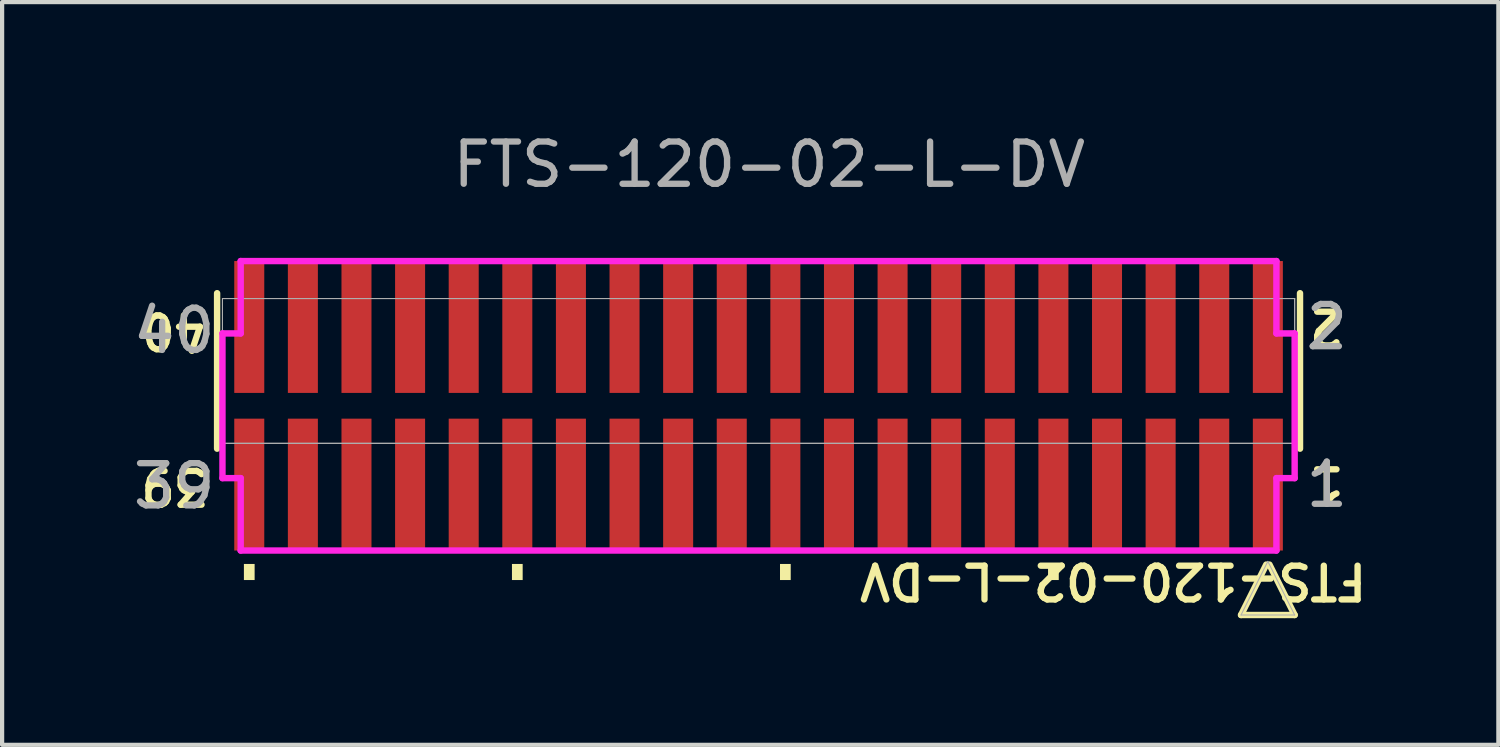
<source format=kicad_pcb>
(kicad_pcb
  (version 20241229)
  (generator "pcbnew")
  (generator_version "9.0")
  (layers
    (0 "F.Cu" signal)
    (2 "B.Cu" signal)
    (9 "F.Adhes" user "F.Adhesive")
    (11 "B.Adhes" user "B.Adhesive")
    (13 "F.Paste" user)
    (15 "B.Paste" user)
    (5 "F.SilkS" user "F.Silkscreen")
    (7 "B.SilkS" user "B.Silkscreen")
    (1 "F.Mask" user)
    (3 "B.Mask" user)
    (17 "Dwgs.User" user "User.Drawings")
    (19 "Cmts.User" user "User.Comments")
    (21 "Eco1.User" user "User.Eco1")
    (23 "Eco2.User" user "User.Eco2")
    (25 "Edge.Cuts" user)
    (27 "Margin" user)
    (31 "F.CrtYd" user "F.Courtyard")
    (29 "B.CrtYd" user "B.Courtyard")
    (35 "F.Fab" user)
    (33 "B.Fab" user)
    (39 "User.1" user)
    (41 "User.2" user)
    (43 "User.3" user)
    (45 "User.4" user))
  (footprint "FTS-120-02-L-DV"
    (layer "F.Cu")
    (at 14.92 6.563)
    (property "Reference" "FTS-120-02-L-DV" (at 8.4 4.15 180) (unlocked yes) (layer "F.SilkS") (effects (font (size 0.8 0.8) (thickness 0.15))))
    (attr smd)
    (fp_line (start -12.827 -2.667) (end -12.827 1.016) (stroke (width 0.152) (type solid)) (layer "F.SilkS"))
    (fp_line (start 11.43 4.956) (end 12.7 4.956) (stroke (width 0.152) (type solid)) (layer "F.SilkS"))
    (fp_line (start 12.027 3.762) (end 11.43 4.956) (stroke (width 0.152) (type solid)) (layer "F.SilkS"))
    (fp_line (start 12.7 4.956) (end 12.103 3.762) (stroke (width 0.152) (type solid)) (layer "F.SilkS"))
    (fp_line (start 12.827 1.016) (end 12.827 -2.667) (stroke (width 0.152) (type solid)) (layer "F.SilkS"))
    (fp_poly (pts (xy -12.192 3.747) (xy -12.192 4.128) (xy -11.938 4.128) (xy -11.938 3.747)) (stroke (width 0) (type solid)) (fill yes) (layer "F.SilkS"))
    (fp_poly (pts (xy -5.842 3.747) (xy -5.842 4.128) (xy -5.588 4.128) (xy -5.588 3.747)) (stroke (width 0) (type solid)) (fill yes) (layer "F.SilkS"))
    (fp_poly (pts (xy 0.508 3.747) (xy 0.508 4.128) (xy 0.762 4.128) (xy 0.762 3.747)) (stroke (width 0) (type solid)) (fill yes) (layer "F.SilkS"))
    (fp_poly (pts (xy 6.858 3.747) (xy 6.858 4.128) (xy 7.112 4.128) (xy 7.112 3.747)) (stroke (width 0) (type solid)) (fill yes) (layer "F.SilkS"))
    (fp_line (start -12.7 -1.714) (end -12.268 -1.714) (stroke (width 0.152) (type solid)) (layer "F.CrtYd"))
    (fp_line (start -12.7 1.714) (end -12.7 -1.714) (stroke (width 0.152) (type solid)) (layer "F.CrtYd"))
    (fp_line (start -12.268 -1.714) (end -12.268 -3.429) (stroke (width 0.152) (type solid)) (layer "F.CrtYd"))
    (fp_line (start -12.268 1.714) (end -12.7 1.714) (stroke (width 0.152) (type solid)) (layer "F.CrtYd"))
    (fp_line (start -12.268 3.429) (end -12.268 1.714) (stroke (width 0.152) (type solid)) (layer "F.CrtYd"))
    (fp_line (start -12.268 3.429) (end 12.268 3.429) (stroke (width 0.152) (type solid)) (layer "F.CrtYd"))
    (fp_line (start 12.268 -3.429) (end -12.268 -3.429) (stroke (width 0.152) (type solid)) (layer "F.CrtYd"))
    (fp_line (start 12.268 -3.429) (end 12.268 -1.714) (stroke (width 0.152) (type solid)) (layer "F.CrtYd"))
    (fp_line (start 12.268 -1.714) (end 12.7 -1.714) (stroke (width 0.152) (type solid)) (layer "F.CrtYd"))
    (fp_line (start 12.268 1.714) (end 12.268 3.429) (stroke (width 0.152) (type solid)) (layer "F.CrtYd"))
    (fp_line (start 12.7 -1.714) (end 12.7 1.714) (stroke (width 0.152) (type solid)) (layer "F.CrtYd"))
    (fp_line (start 12.7 1.714) (end 12.268 1.714) (stroke (width 0.152) (type solid)) (layer "F.CrtYd"))
    (fp_line (start -12.7 -2.54) (end -12.7 0.889) (stroke (width 0.025) (type solid)) (layer "F.Fab"))
    (fp_line (start -12.7 -2.54) (end -12.7 0.889) (stroke (width 0.025) (type solid)) (layer "F.Fab"))
    (fp_line (start -12.7 0.889) (end 12.7 0.889) (stroke (width 0.025) (type solid)) (layer "F.Fab"))
    (fp_line (start -12.7 0.889) (end 12.7 0.889) (stroke (width 0.025) (type solid)) (layer "F.Fab"))
    (fp_line (start 11.43 4.956) (end 12.7 4.956) (stroke (width 0.025) (type solid)) (layer "F.Fab"))
    (fp_line (start 12.065 3.686) (end 11.43 4.956) (stroke (width 0.025) (type solid)) (layer "F.Fab"))
    (fp_line (start 12.7 -2.54) (end -12.7 -2.54) (stroke (width 0.025) (type solid)) (layer "F.Fab"))
    (fp_line (start 12.7 -2.54) (end -12.7 -2.54) (stroke (width 0.025) (type solid)) (layer "F.Fab"))
    (fp_line (start 12.7 0.889) (end 12.7 -2.54) (stroke (width 0.025) (type solid)) (layer "F.Fab"))
    (fp_line (start 12.7 0.889) (end 12.7 -2.54) (stroke (width 0.025) (type solid)) (layer "F.Fab"))
    (fp_line (start 12.7 4.956) (end 12.065 3.686) (stroke (width 0.025) (type solid)) (layer "F.Fab"))
    (fp_text user "2" (at 13.462 -1.867 180) (unlocked yes) (layer "F.SilkS") (effects (font (size 0.8 0.8) (thickness 0.15))))
    (fp_text user "40" (at -13.843 -1.778 180) (unlocked yes) (layer "F.SilkS") (effects (font (size 0.8 0.8) (thickness 0.15))))
    (fp_text user "39" (at -13.843 1.905 180) (unlocked yes) (layer "F.SilkS") (effects (font (size 0.8 0.8) (thickness 0.15))))
    (fp_text user "1" (at 13.462 1.867 180) (unlocked yes) (layer "F.SilkS") (effects (font (size 0.8 0.8) (thickness 0.15))))
    (fp_text user "1" (at 13.462 1.867 0) (unlocked yes) (layer "F.Fab") (effects (font (size 1 1) (thickness 0.15))))
    (fp_text user "2" (at 13.462 -1.867 0) (unlocked yes) (layer "F.Fab") (effects (font (size 1 1) (thickness 0.15))))
    (fp_text user "${REFERENCE}" (at 0.254 -5.715 0) (unlocked yes) (layer "F.Fab") (effects (font (size 1 1) (thickness 0.15))))
    (fp_text user "40" (at -13.843 -1.778 0) (unlocked yes) (layer "F.Fab") (effects (font (size 1 1) (thickness 0.15))))
    (fp_text user "39" (at -13.843 1.905 0) (unlocked yes) (layer "F.Fab") (effects (font (size 1 1) (thickness 0.15))))
    (pad "1" smd rect (at 12.065 1.867) (size 0.711 3.124) (layers "F.Cu" "F.Mask" "F.Paste"))
    (pad "2" smd rect (at 12.065 -1.867) (size 0.711 3.124) (layers "F.Cu" "F.Mask" "F.Paste"))
    (pad "3" smd rect (at 10.795 1.867) (size 0.711 3.124) (layers "F.Cu" "F.Mask" "F.Paste"))
    (pad "4" smd rect (at 10.795 -1.867) (size 0.711 3.124) (layers "F.Cu" "F.Mask" "F.Paste"))
    (pad "5" smd rect (at 9.525 1.867) (size 0.711 3.124) (layers "F.Cu" "F.Mask" "F.Paste"))
    (pad "6" smd rect (at 9.525 -1.867) (size 0.711 3.124) (layers "F.Cu" "F.Mask" "F.Paste"))
    (pad "7" smd rect (at 8.255 1.867) (size 0.711 3.124) (layers "F.Cu" "F.Mask" "F.Paste"))
    (pad "8" smd rect (at 8.255 -1.867) (size 0.711 3.124) (layers "F.Cu" "F.Mask" "F.Paste"))
    (pad "9" smd rect (at 6.985 1.867) (size 0.711 3.124) (layers "F.Cu" "F.Mask" "F.Paste"))
    (pad "10" smd rect (at 6.985 -1.867) (size 0.711 3.124) (layers "F.Cu" "F.Mask" "F.Paste"))
    (pad "11" smd rect (at 5.715 1.867) (size 0.711 3.124) (layers "F.Cu" "F.Mask" "F.Paste"))
    (pad "12" smd rect (at 5.715 -1.867) (size 0.711 3.124) (layers "F.Cu" "F.Mask" "F.Paste"))
    (pad "13" smd rect (at 4.445 1.867) (size 0.711 3.124) (layers "F.Cu" "F.Mask" "F.Paste"))
    (pad "14" smd rect (at 4.445 -1.867) (size 0.711 3.124) (layers "F.Cu" "F.Mask" "F.Paste"))
    (pad "15" smd rect (at 3.175 1.867) (size 0.711 3.124) (layers "F.Cu" "F.Mask" "F.Paste"))
    (pad "16" smd rect (at 3.175 -1.867) (size 0.711 3.124) (layers "F.Cu" "F.Mask" "F.Paste"))
    (pad "17" smd rect (at 1.905 1.867) (size 0.711 3.124) (layers "F.Cu" "F.Mask" "F.Paste"))
    (pad "18" smd rect (at 1.905 -1.867) (size 0.711 3.124) (layers "F.Cu" "F.Mask" "F.Paste"))
    (pad "19" smd rect (at 0.635 1.867) (size 0.711 3.124) (layers "F.Cu" "F.Mask" "F.Paste"))
    (pad "20" smd rect (at 0.635 -1.867) (size 0.711 3.124) (layers "F.Cu" "F.Mask" "F.Paste"))
    (pad "21" smd rect (at -0.635 1.867) (size 0.711 3.124) (layers "F.Cu" "F.Mask" "F.Paste"))
    (pad "22" smd rect (at -0.635 -1.867) (size 0.711 3.124) (layers "F.Cu" "F.Mask" "F.Paste"))
    (pad "23" smd rect (at -1.905 1.867) (size 0.711 3.124) (layers "F.Cu" "F.Mask" "F.Paste"))
    (pad "24" smd rect (at -1.905 -1.867) (size 0.711 3.124) (layers "F.Cu" "F.Mask" "F.Paste"))
    (pad "25" smd rect (at -3.175 1.867) (size 0.711 3.124) (layers "F.Cu" "F.Mask" "F.Paste"))
    (pad "26" smd rect (at -3.175 -1.867) (size 0.711 3.124) (layers "F.Cu" "F.Mask" "F.Paste"))
    (pad "27" smd rect (at -4.445 1.867) (size 0.711 3.124) (layers "F.Cu" "F.Mask" "F.Paste"))
    (pad "28" smd rect (at -4.445 -1.867) (size 0.711 3.124) (layers "F.Cu" "F.Mask" "F.Paste"))
    (pad "29" smd rect (at -5.715 1.867) (size 0.711 3.124) (layers "F.Cu" "F.Mask" "F.Paste"))
    (pad "30" smd rect (at -5.715 -1.867) (size 0.711 3.124) (layers "F.Cu" "F.Mask" "F.Paste"))
    (pad "31" smd rect (at -6.985 1.867) (size 0.711 3.124) (layers "F.Cu" "F.Mask" "F.Paste"))
    (pad "32" smd rect (at -6.985 -1.867) (size 0.711 3.124) (layers "F.Cu" "F.Mask" "F.Paste"))
    (pad "33" smd rect (at -8.255 1.867) (size 0.711 3.124) (layers "F.Cu" "F.Mask" "F.Paste"))
    (pad "34" smd rect (at -8.255 -1.867) (size 0.711 3.124) (layers "F.Cu" "F.Mask" "F.Paste"))
    (pad "35" smd rect (at -9.525 1.867) (size 0.711 3.124) (layers "F.Cu" "F.Mask" "F.Paste"))
    (pad "36" smd rect (at -9.525 -1.867) (size 0.711 3.124) (layers "F.Cu" "F.Mask" "F.Paste"))
    (pad "37" smd rect (at -10.795 1.867) (size 0.711 3.124) (layers "F.Cu" "F.Mask" "F.Paste"))
    (pad "38" smd rect (at -10.795 -1.867) (size 0.711 3.124) (layers "F.Cu" "F.Mask" "F.Paste"))
    (pad "39" smd rect (at -12.065 1.867) (size 0.711 3.124) (layers "F.Cu" "F.Mask" "F.Paste"))
    (pad "40" smd rect (at -12.065 -1.867) (size 0.711 3.124) (layers "F.Cu" "F.Mask" "F.Paste")))
  (gr_rect
    (start -3 -3)
    (end 32.446 14.595)
    (stroke (width 0.1) (type default))
    (fill no)
    (layer "Edge.Cuts")))
</source>
